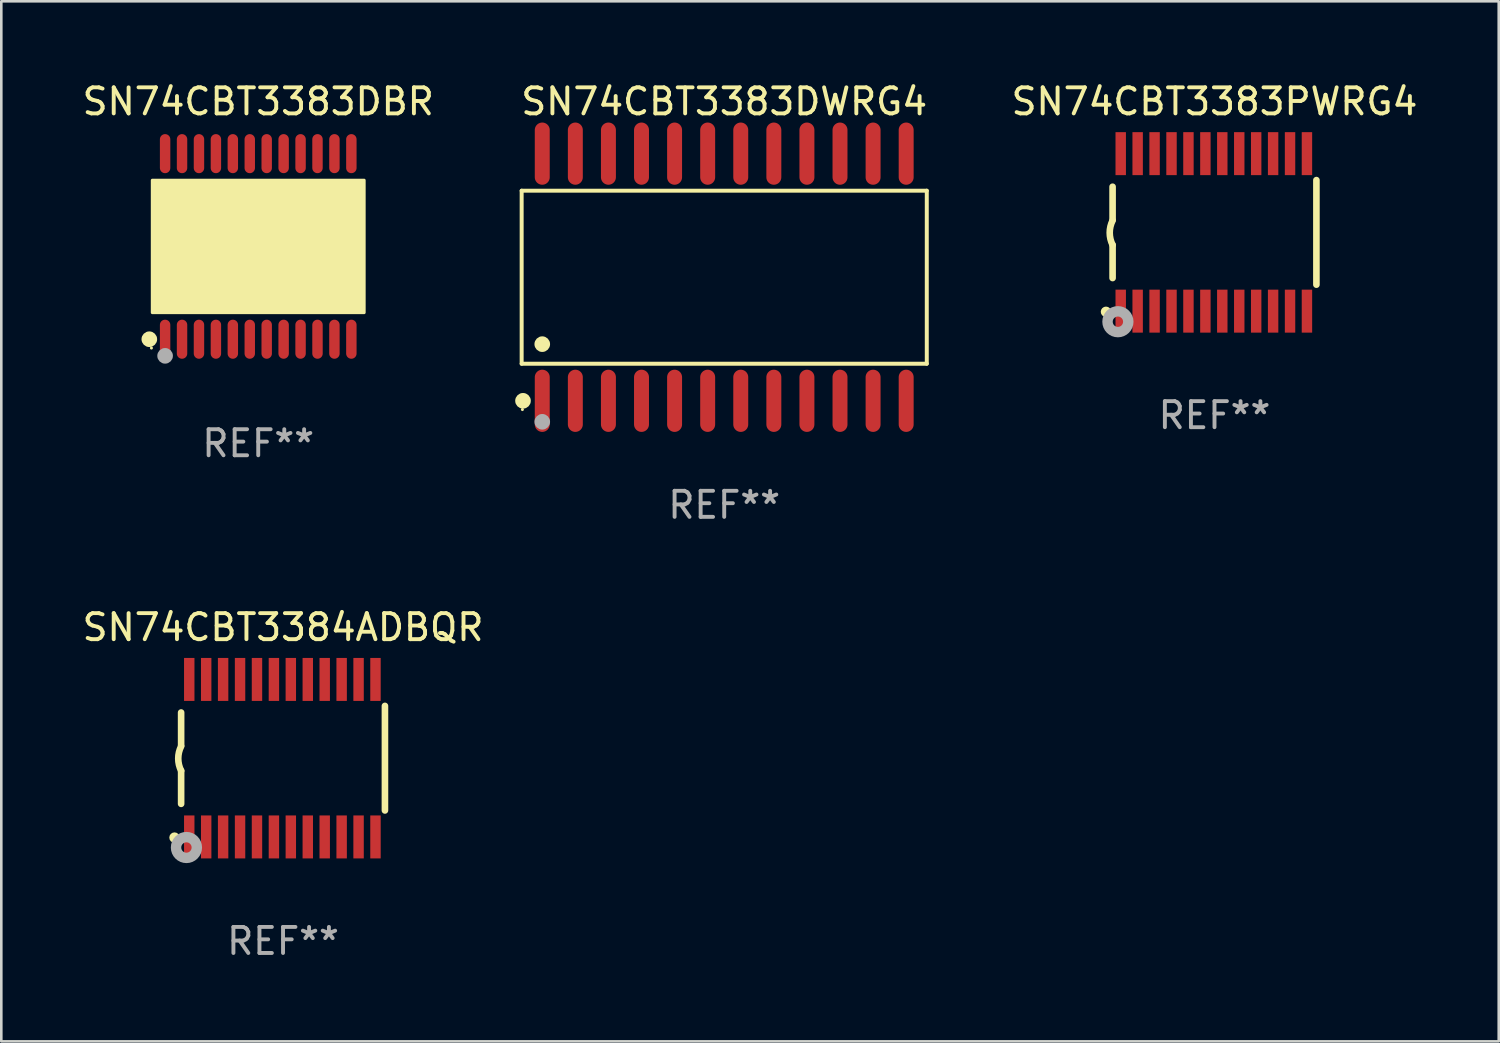
<source format=kicad_pcb>
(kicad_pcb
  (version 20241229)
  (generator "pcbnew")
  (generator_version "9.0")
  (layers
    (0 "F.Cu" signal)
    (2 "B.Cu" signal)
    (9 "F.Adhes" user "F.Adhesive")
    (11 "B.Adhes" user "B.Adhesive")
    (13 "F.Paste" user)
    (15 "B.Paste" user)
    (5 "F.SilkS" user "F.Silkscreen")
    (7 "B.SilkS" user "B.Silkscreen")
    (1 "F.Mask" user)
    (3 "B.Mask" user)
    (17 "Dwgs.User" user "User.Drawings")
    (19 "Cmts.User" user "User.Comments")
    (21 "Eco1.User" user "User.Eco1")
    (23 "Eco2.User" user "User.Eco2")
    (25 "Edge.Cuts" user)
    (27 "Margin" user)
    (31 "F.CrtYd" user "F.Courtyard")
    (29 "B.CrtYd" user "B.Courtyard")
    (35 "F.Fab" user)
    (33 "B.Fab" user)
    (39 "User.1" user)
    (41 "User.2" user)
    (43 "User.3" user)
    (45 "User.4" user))
  (footprint "SN74CBT3383PWRG4"
    (layer "F.Cu")
    (at 43.572 5.871)
    (property "Reference" "SN74CBT3383PWRG4" (at 0 -5.023 0) (layer "F.SilkS") (effects (font (size 1 1) (thickness 0.15))))
    (attr through_hole)
    (fp_line (start -3.912 -0.483) (end -3.912 -1.753) (stroke (width 0.254) (type solid)) (layer "F.SilkS"))
    (fp_line (start -3.912 1.753) (end -3.912 0.483) (stroke (width 0.254) (type solid)) (layer "F.SilkS"))
    (fp_line (start 3.912 -2.007) (end 3.912 2.007) (stroke (width 0.254) (type solid)) (layer "F.SilkS"))
    (fp_arc (start -3.911608 0.482601) (mid -4.022537 0.0127) (end -3.911608 -0.457201) (stroke (width 0.254001) (type solid)) (layer "F.SilkS"))
    (fp_circle (center -4.166 3.048) (end -4.066 3.048) (stroke (width 0.2) (type solid)) (fill no) (layer "F.SilkS"))
    (fp_circle (center -3.925 3.186) (end -3.895 3.186) (stroke (width 0.06) (type solid)) (fill no) (layer "F.SilkS"))
    (fp_circle (center -3.708 3.429) (end -3.509 3.429) (stroke (width 0.4) (type solid)) (fill no) (layer "F.Fab"))
    (fp_text user "REF**" (at 0 7.023 0) (layer "F.Fab") (effects (font (size 1 1) (thickness 0.15))))
    (pad "1" smd rect (at -3.6 3.023) (size 0.4 1.65) (layers "F.Cu" "F.Mask" "F.Paste"))
    (pad "2" smd rect (at -2.95 3.023) (size 0.4 1.65) (layers "F.Cu" "F.Mask" "F.Paste"))
    (pad "3" smd rect (at -2.3 3.023) (size 0.4 1.65) (layers "F.Cu" "F.Mask" "F.Paste"))
    (pad "4" smd rect (at -1.65 3.023) (size 0.4 1.65) (layers "F.Cu" "F.Mask" "F.Paste"))
    (pad "5" smd rect (at -1 3.023) (size 0.4 1.65) (layers "F.Cu" "F.Mask" "F.Paste"))
    (pad "6" smd rect (at -0.35 3.023) (size 0.4 1.65) (layers "F.Cu" "F.Mask" "F.Paste"))
    (pad "7" smd rect (at 0.299 3.023) (size 0.4 1.65) (layers "F.Cu" "F.Mask" "F.Paste"))
    (pad "8" smd rect (at 0.95 3.023) (size 0.4 1.65) (layers "F.Cu" "F.Mask" "F.Paste"))
    (pad "9" smd rect (at 1.6 3.023) (size 0.4 1.65) (layers "F.Cu" "F.Mask" "F.Paste"))
    (pad "10" smd rect (at 2.25 3.023) (size 0.4 1.65) (layers "F.Cu" "F.Mask" "F.Paste"))
    (pad "11" smd rect (at 2.9 3.023) (size 0.4 1.65) (layers "F.Cu" "F.Mask" "F.Paste"))
    (pad "12" smd rect (at 3.549 3.023) (size 0.4 1.65) (layers "F.Cu" "F.Mask" "F.Paste"))
    (pad "13" smd rect (at 3.549 -3.023) (size 0.4 1.65) (layers "F.Cu" "F.Mask" "F.Paste"))
    (pad "14" smd rect (at 2.9 -3.023) (size 0.4 1.65) (layers "F.Cu" "F.Mask" "F.Paste"))
    (pad "15" smd rect (at 2.25 -3.023) (size 0.4 1.65) (layers "F.Cu" "F.Mask" "F.Paste"))
    (pad "16" smd rect (at 1.6 -3.023) (size 0.4 1.65) (layers "F.Cu" "F.Mask" "F.Paste"))
    (pad "17" smd rect (at 0.95 -3.023) (size 0.4 1.65) (layers "F.Cu" "F.Mask" "F.Paste"))
    (pad "18" smd rect (at 0.299 -3.023) (size 0.4 1.65) (layers "F.Cu" "F.Mask" "F.Paste"))
    (pad "19" smd rect (at -0.35 -3.023) (size 0.4 1.65) (layers "F.Cu" "F.Mask" "F.Paste"))
    (pad "20" smd rect (at -1 -3.023) (size 0.4 1.65) (layers "F.Cu" "F.Mask" "F.Paste"))
    (pad "21" smd rect (at -1.65 -3.023) (size 0.4 1.65) (layers "F.Cu" "F.Mask" "F.Paste"))
    (pad "22" smd rect (at -2.3 -3.023) (size 0.4 1.65) (layers "F.Cu" "F.Mask" "F.Paste"))
    (pad "23" smd rect (at -2.95 -3.023) (size 0.4 1.65) (layers "F.Cu" "F.Mask" "F.Paste"))
    (pad "24" smd rect (at -3.6 -3.023) (size 0.4 1.65) (layers "F.Cu" "F.Mask" "F.Paste")))
  (footprint "SN74CBT3383DWRG4"
    (layer "F.Cu")
    (at 24.751 7.592)
    (property "Reference" "SN74CBT3383DWRG4" (at 0 -6.744 0) (layer "F.SilkS") (effects (font (size 1 1) (thickness 0.15))))
    (attr through_hole)
    (fp_line (start -7.776 -3.321) (end 7.776 -3.321) (stroke (width 0.152) (type solid)) (layer "F.SilkS"))
    (fp_line (start -7.776 3.321) (end -7.776 -3.321) (stroke (width 0.152) (type solid)) (layer "F.SilkS"))
    (fp_line (start 7.776 -3.321) (end 7.776 3.321) (stroke (width 0.152) (type solid)) (layer "F.SilkS"))
    (fp_line (start 7.776 3.321) (end -7.776 3.321) (stroke (width 0.152) (type solid)) (layer "F.SilkS"))
    (fp_circle (center -7.747 5.08) (end -7.717 5.08) (stroke (width 0.06) (type solid)) (fill no) (layer "F.SilkS"))
    (fp_circle (center -7.724 4.744) (end -7.574 4.744) (stroke (width 0.3) (type solid)) (fill no) (layer "F.SilkS"))
    (fp_circle (center -6.985 2.569) (end -6.835 2.569) (stroke (width 0.3) (type solid)) (fill no) (layer "F.SilkS"))
    (fp_circle (center -6.985 5.55) (end -6.835 5.55) (stroke (width 0.3) (type solid)) (fill no) (layer "F.Fab"))
    (fp_text user "REF**" (at 0 8.744 0) (layer "F.Fab") (effects (font (size 1 1) (thickness 0.15))))
    (pad "1" smd oval (at -6.985 4.744) (size 0.574 2.388) (layers "F.Cu" "F.Mask" "F.Paste"))
    (pad "2" smd oval (at -5.715 4.744) (size 0.574 2.388) (layers "F.Cu" "F.Mask" "F.Paste"))
    (pad "3" smd oval (at -4.445 4.744) (size 0.574 2.388) (layers "F.Cu" "F.Mask" "F.Paste"))
    (pad "4" smd oval (at -3.175 4.744) (size 0.574 2.388) (layers "F.Cu" "F.Mask" "F.Paste"))
    (pad "5" smd oval (at -1.905 4.744) (size 0.574 2.388) (layers "F.Cu" "F.Mask" "F.Paste"))
    (pad "6" smd oval (at -0.635 4.744) (size 0.574 2.388) (layers "F.Cu" "F.Mask" "F.Paste"))
    (pad "7" smd oval (at 0.635 4.744) (size 0.574 2.388) (layers "F.Cu" "F.Mask" "F.Paste"))
    (pad "8" smd oval (at 1.905 4.744) (size 0.574 2.388) (layers "F.Cu" "F.Mask" "F.Paste"))
    (pad "9" smd oval (at 3.175 4.744) (size 0.574 2.388) (layers "F.Cu" "F.Mask" "F.Paste"))
    (pad "10" smd oval (at 4.445 4.744) (size 0.574 2.388) (layers "F.Cu" "F.Mask" "F.Paste"))
    (pad "11" smd oval (at 5.715 4.744) (size 0.574 2.388) (layers "F.Cu" "F.Mask" "F.Paste"))
    (pad "12" smd oval (at 6.985 4.744) (size 0.574 2.388) (layers "F.Cu" "F.Mask" "F.Paste"))
    (pad "13" smd oval (at 6.985 -4.744) (size 0.574 2.388) (layers "F.Cu" "F.Mask" "F.Paste"))
    (pad "14" smd oval (at 5.715 -4.744) (size 0.574 2.388) (layers "F.Cu" "F.Mask" "F.Paste"))
    (pad "15" smd oval (at 4.445 -4.744) (size 0.574 2.388) (layers "F.Cu" "F.Mask" "F.Paste"))
    (pad "16" smd oval (at 3.175 -4.744) (size 0.574 2.388) (layers "F.Cu" "F.Mask" "F.Paste"))
    (pad "17" smd oval (at 1.905 -4.744) (size 0.574 2.388) (layers "F.Cu" "F.Mask" "F.Paste"))
    (pad "18" smd oval (at 0.635 -4.744) (size 0.574 2.388) (layers "F.Cu" "F.Mask" "F.Paste"))
    (pad "19" smd oval (at -0.635 -4.744) (size 0.574 2.388) (layers "F.Cu" "F.Mask" "F.Paste"))
    (pad "20" smd oval (at -1.905 -4.744) (size 0.574 2.388) (layers "F.Cu" "F.Mask" "F.Paste"))
    (pad "21" smd oval (at -3.175 -4.744) (size 0.574 2.388) (layers "F.Cu" "F.Mask" "F.Paste"))
    (pad "22" smd oval (at -4.445 -4.744) (size 0.574 2.388) (layers "F.Cu" "F.Mask" "F.Paste"))
    (pad "23" smd oval (at -5.715 -4.744) (size 0.574 2.388) (layers "F.Cu" "F.Mask" "F.Paste"))
    (pad "24" smd oval (at -6.985 -4.744) (size 0.574 2.388) (layers "F.Cu" "F.Mask" "F.Paste")))
  (footprint "SN74CBT3383DBR"
    (layer "F.Cu")
    (at 6.863 6.41)
    (property "Reference" "SN74CBT3383DBR" (at 0 -5.562 0) (layer "F.SilkS") (effects (font (size 1 1) (thickness 0.15))))
    (attr through_hole)
    (fp_circle (center -4.181 3.562) (end -4.031 3.562) (stroke (width 0.3) (type solid)) (fill no) (layer "F.SilkS"))
    (fp_circle (center -4.1 3.9) (end -4.07 3.9) (stroke (width 0.06) (type solid)) (fill no) (layer "F.SilkS"))
    (fp_circle (center -3.575 1.819) (end -3.425 1.819) (stroke (width 0.3) (type solid)) (fill no) (layer "F.SilkS"))
    (fp_poly (pts (xy -4.064 -2.54) (xy 4.064 -2.54) (xy 4.064 2.54) (xy -4.064 2.54)) (stroke (width 0.12) (type solid)) (fill yes) (layer "F.SilkS"))
    (fp_circle (center -3.575 4.2) (end -3.425 4.2) (stroke (width 0.3) (type solid)) (fill no) (layer "F.Fab"))
    (fp_text user "REF**" (at 0 7.562 0) (layer "F.Fab") (effects (font (size 1 1) (thickness 0.15))))
    (pad "1" smd oval (at -3.575 3.562) (size 0.4 1.5) (layers "F.Cu" "F.Mask" "F.Paste"))
    (pad "2" smd oval (at -2.925 3.562) (size 0.4 1.5) (layers "F.Cu" "F.Mask" "F.Paste"))
    (pad "3" smd oval (at -2.275 3.562) (size 0.4 1.5) (layers "F.Cu" "F.Mask" "F.Paste"))
    (pad "4" smd oval (at -1.625 3.562) (size 0.4 1.5) (layers "F.Cu" "F.Mask" "F.Paste"))
    (pad "5" smd oval (at -0.975 3.562) (size 0.4 1.5) (layers "F.Cu" "F.Mask" "F.Paste"))
    (pad "6" smd oval (at -0.325 3.562) (size 0.4 1.5) (layers "F.Cu" "F.Mask" "F.Paste"))
    (pad "7" smd oval (at 0.325 3.562) (size 0.4 1.5) (layers "F.Cu" "F.Mask" "F.Paste"))
    (pad "8" smd oval (at 0.975 3.562) (size 0.4 1.5) (layers "F.Cu" "F.Mask" "F.Paste"))
    (pad "9" smd oval (at 1.625 3.562) (size 0.4 1.5) (layers "F.Cu" "F.Mask" "F.Paste"))
    (pad "10" smd oval (at 2.275 3.562) (size 0.4 1.5) (layers "F.Cu" "F.Mask" "F.Paste"))
    (pad "11" smd oval (at 2.925 3.562) (size 0.4 1.5) (layers "F.Cu" "F.Mask" "F.Paste"))
    (pad "12" smd oval (at 3.575 3.562) (size 0.4 1.5) (layers "F.Cu" "F.Mask" "F.Paste"))
    (pad "13" smd oval (at 3.575 -3.562) (size 0.4 1.5) (layers "F.Cu" "F.Mask" "F.Paste"))
    (pad "14" smd oval (at 2.925 -3.562) (size 0.4 1.5) (layers "F.Cu" "F.Mask" "F.Paste"))
    (pad "15" smd oval (at 2.275 -3.562) (size 0.4 1.5) (layers "F.Cu" "F.Mask" "F.Paste"))
    (pad "16" smd oval (at 1.625 -3.562) (size 0.4 1.5) (layers "F.Cu" "F.Mask" "F.Paste"))
    (pad "17" smd oval (at 0.975 -3.562) (size 0.4 1.5) (layers "F.Cu" "F.Mask" "F.Paste"))
    (pad "18" smd oval (at 0.325 -3.562) (size 0.4 1.5) (layers "F.Cu" "F.Mask" "F.Paste"))
    (pad "19" smd oval (at -0.325 -3.562) (size 0.4 1.5) (layers "F.Cu" "F.Mask" "F.Paste"))
    (pad "20" smd oval (at -0.975 -3.562) (size 0.4 1.5) (layers "F.Cu" "F.Mask" "F.Paste"))
    (pad "21" smd oval (at -1.625 -3.562) (size 0.4 1.5) (layers "F.Cu" "F.Mask" "F.Paste"))
    (pad "22" smd oval (at -2.275 -3.562) (size 0.4 1.5) (layers "F.Cu" "F.Mask" "F.Paste"))
    (pad "23" smd oval (at -2.925 -3.562) (size 0.4 1.5) (layers "F.Cu" "F.Mask" "F.Paste"))
    (pad "24" smd oval (at -3.575 -3.562) (size 0.4 1.5) (layers "F.Cu" "F.Mask" "F.Paste")))
  (footprint "SN74CBT3384ADBQR"
    (layer "F.Cu")
    (at 7.815 26.055)
    (property "Reference" "SN74CBT3384ADBQR" (at 0 -5.023 0) (layer "F.SilkS") (effects (font (size 1 1) (thickness 0.15))))
    (attr through_hole)
    (fp_line (start -3.912 -0.483) (end -3.912 -1.753) (stroke (width 0.254) (type solid)) (layer "F.SilkS"))
    (fp_line (start -3.912 1.753) (end -3.912 0.483) (stroke (width 0.254) (type solid)) (layer "F.SilkS"))
    (fp_line (start 3.912 -2.007) (end 3.912 2.007) (stroke (width 0.254) (type solid)) (layer "F.SilkS"))
    (fp_arc (start -3.911608 0.482601) (mid -4.022537 0.0127) (end -3.911608 -0.457201) (stroke (width 0.254001) (type solid)) (layer "F.SilkS"))
    (fp_circle (center -4.166 3.048) (end -4.066 3.048) (stroke (width 0.2) (type solid)) (fill no) (layer "F.SilkS"))
    (fp_circle (center -3.925 3.186) (end -3.895 3.186) (stroke (width 0.06) (type solid)) (fill no) (layer "F.SilkS"))
    (fp_circle (center -3.708 3.429) (end -3.509 3.429) (stroke (width 0.4) (type solid)) (fill no) (layer "F.Fab"))
    (fp_text user "REF**" (at 0 7.023 0) (layer "F.Fab") (effects (font (size 1 1) (thickness 0.15))))
    (pad "1" smd rect (at -3.6 3.023) (size 0.4 1.65) (layers "F.Cu" "F.Mask" "F.Paste"))
    (pad "2" smd rect (at -2.95 3.023) (size 0.4 1.65) (layers "F.Cu" "F.Mask" "F.Paste"))
    (pad "3" smd rect (at -2.3 3.023) (size 0.4 1.65) (layers "F.Cu" "F.Mask" "F.Paste"))
    (pad "4" smd rect (at -1.65 3.023) (size 0.4 1.65) (layers "F.Cu" "F.Mask" "F.Paste"))
    (pad "5" smd rect (at -1 3.023) (size 0.4 1.65) (layers "F.Cu" "F.Mask" "F.Paste"))
    (pad "6" smd rect (at -0.35 3.023) (size 0.4 1.65) (layers "F.Cu" "F.Mask" "F.Paste"))
    (pad "7" smd rect (at 0.299 3.023) (size 0.4 1.65) (layers "F.Cu" "F.Mask" "F.Paste"))
    (pad "8" smd rect (at 0.95 3.023) (size 0.4 1.65) (layers "F.Cu" "F.Mask" "F.Paste"))
    (pad "9" smd rect (at 1.6 3.023) (size 0.4 1.65) (layers "F.Cu" "F.Mask" "F.Paste"))
    (pad "10" smd rect (at 2.25 3.023) (size 0.4 1.65) (layers "F.Cu" "F.Mask" "F.Paste"))
    (pad "11" smd rect (at 2.9 3.023) (size 0.4 1.65) (layers "F.Cu" "F.Mask" "F.Paste"))
    (pad "12" smd rect (at 3.549 3.023) (size 0.4 1.65) (layers "F.Cu" "F.Mask" "F.Paste"))
    (pad "13" smd rect (at 3.549 -3.023) (size 0.4 1.65) (layers "F.Cu" "F.Mask" "F.Paste"))
    (pad "14" smd rect (at 2.9 -3.023) (size 0.4 1.65) (layers "F.Cu" "F.Mask" "F.Paste"))
    (pad "15" smd rect (at 2.25 -3.023) (size 0.4 1.65) (layers "F.Cu" "F.Mask" "F.Paste"))
    (pad "16" smd rect (at 1.6 -3.023) (size 0.4 1.65) (layers "F.Cu" "F.Mask" "F.Paste"))
    (pad "17" smd rect (at 0.95 -3.023) (size 0.4 1.65) (layers "F.Cu" "F.Mask" "F.Paste"))
    (pad "18" smd rect (at 0.299 -3.023) (size 0.4 1.65) (layers "F.Cu" "F.Mask" "F.Paste"))
    (pad "19" smd rect (at -0.35 -3.023) (size 0.4 1.65) (layers "F.Cu" "F.Mask" "F.Paste"))
    (pad "20" smd rect (at -1 -3.023) (size 0.4 1.65) (layers "F.Cu" "F.Mask" "F.Paste"))
    (pad "21" smd rect (at -1.65 -3.023) (size 0.4 1.65) (layers "F.Cu" "F.Mask" "F.Paste"))
    (pad "22" smd rect (at -2.3 -3.023) (size 0.4 1.65) (layers "F.Cu" "F.Mask" "F.Paste"))
    (pad "23" smd rect (at -2.95 -3.023) (size 0.4 1.65) (layers "F.Cu" "F.Mask" "F.Paste"))
    (pad "24" smd rect (at -3.6 -3.023) (size 0.4 1.65) (layers "F.Cu" "F.Mask" "F.Paste")))
  (gr_rect
    (start -3 -3)
    (end 54.483 36.926)
    (stroke (width 0.1) (type default))
    (fill no)
    (layer "Edge.Cuts")))
</source>
